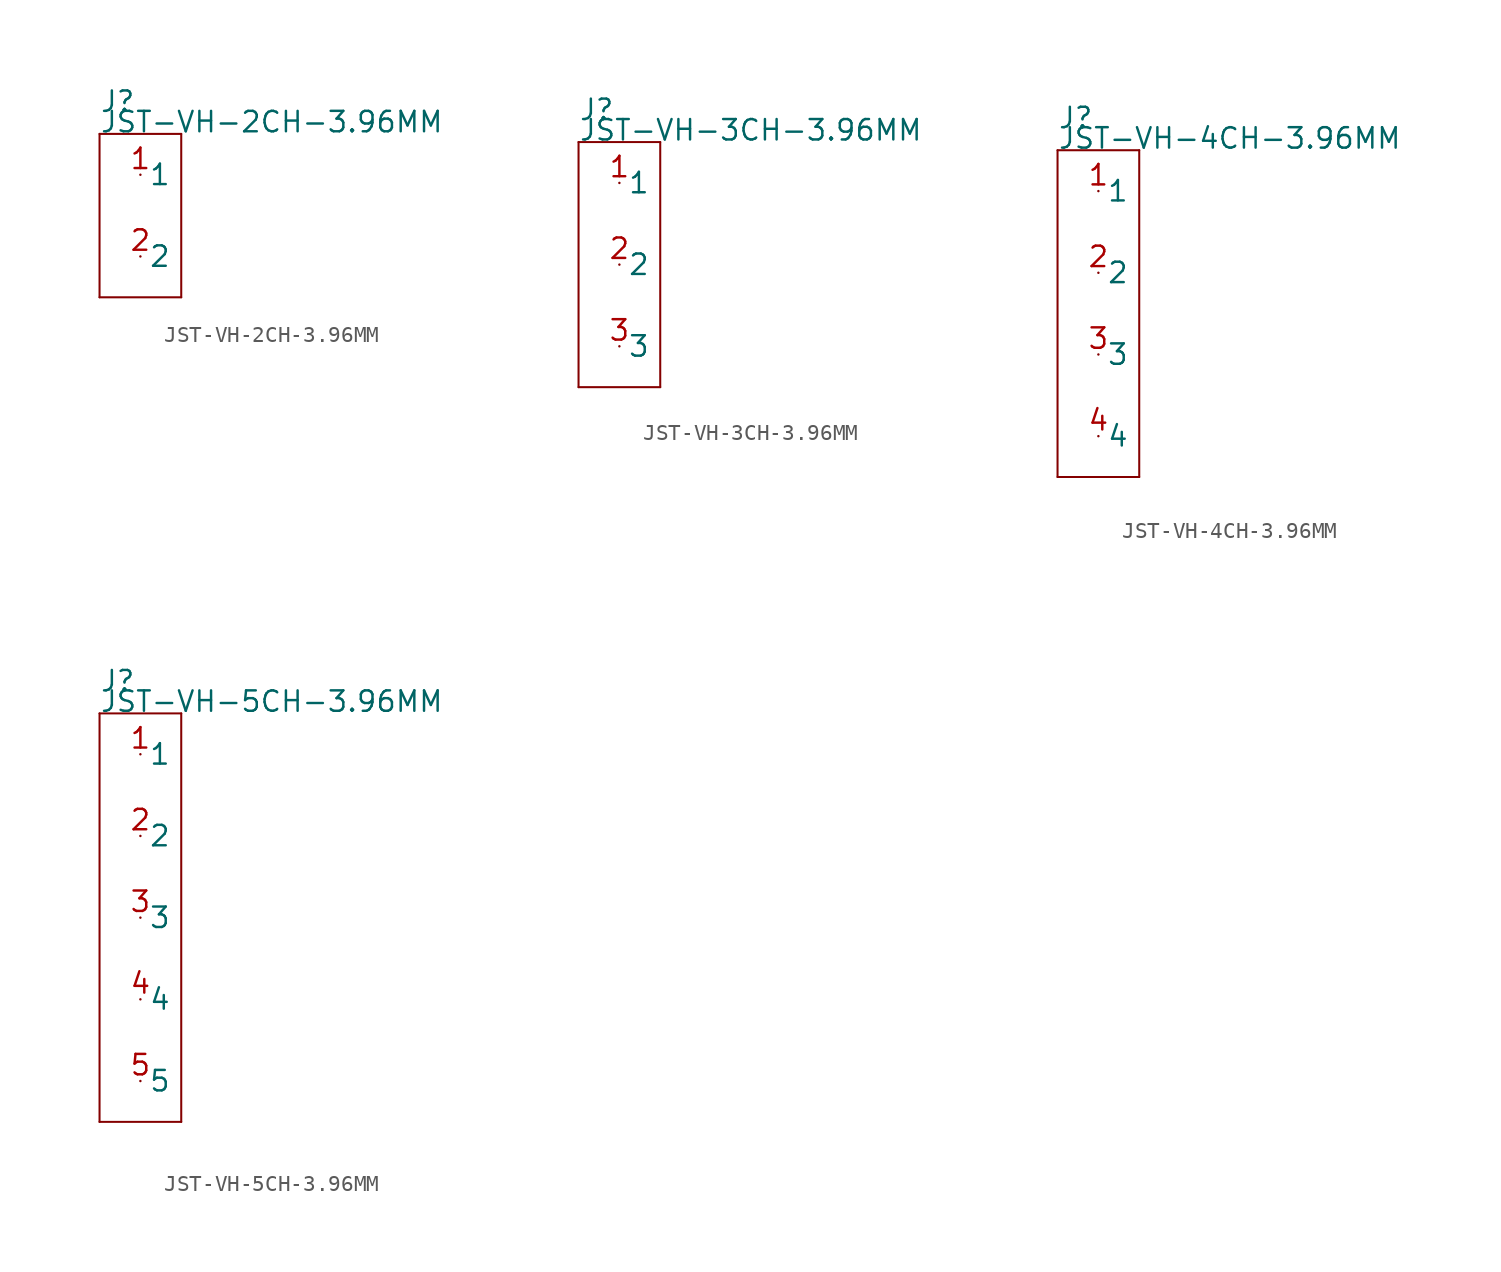
<source format=kicad_sym>
(kicad_symbol_lib
  (version 20211014)
  (generator kicad_symbol_editor)
  (symbol "JST-VH-2CH-3.96MM"
    (pin_names)
    (property "Reference" "J"
      (at -2.54 6.35 0)
      (effects (font (size 1.27 1.27)) (justify left bottom)))
    (property "Value" "JST-VH-2CH-3.96MM"
      (at -2.54 5.08 0)
      (effects (font (size 1.27 1.27)) (justify left bottom)))
    (property "Datasheet" ""
      (at 0 0 0))
    (property "ki_description" " JST 1x2  - Through Hole JST 2POS 3.96MM Technical Specifications: Pitch: 3.96mm "
      (at 0 0 0))
    (property "ki_fp_filters" "FlashPCB_Connectors:JST-B2P-VH-THT-VERT-2CH-3.96MM FlashPCB_Connectors:JST-B2P-VH-THT-VERT-2CH-3.96MM-NOSILK FlashPCB_Connectors:JST-S2PS-VH-THT-RA-2CH-3.96MM FlashPCB_Connectors:JST-S2PS-VH-THT-RA-2CH-3.96MM-NOSILK FlashPCB_Connectors:JST-B2P-VH-THT-VERT-SHRD-2CH-3.96MM-NOSILK FlashPCB_Connectors:JST-B2P-VH-THT-VERT-SHRD-2CH-3.96MM FlashPCB_Connectors:JST-S2PS-VH-THT-RA-STABL-2CH-3.96MM FlashPCB_Connectors:JST-S2PS-VH-THT-RA-STABL-2CH-3.96MM-NOSILK FlashPCB_Connectors:JST-B2P-VH-THT-VERT-2CH-3.96MM-LONG FlashPCB_Connectors:JST-B2P-VH-THT-VERT-2CH-3.96MM-LONG-NOSILK FlashPCB_Connectors:JST-S2PS-VH-THT-RA-2CH-3.96MM-LONG FlashPCB_Connectors:JST-S2PS-VH-THT-RA-2CH-3.96MM-LONG-NOSILK FlashPCB_Connectors:JST-B2P-VH-THT-VERT-SHRD-2CH-3.96MM-LONG-NOSILK FlashPCB_Connectors:JST-B2P-VH-THT-VERT-SHRD-2CH-3.96MM-LONG FlashPCB_Connectors:JST-S2PS-VH-THT-RA-STABL-2CH-3.96MM-LONG FlashPCB_Connectors:JST-S2PS-VH-THT-RA-STABL-2CH-3.96MM-LONG-NOSILK"
      (at 0 0 0))
    (symbol "JST-VH-2CH-3.96MM_1_1"
      (polyline (pts (xy -2.54 5.08) (xy 2.54 5.08)) (stroke (width 0.127)) (fill (type none)))
      (polyline (pts (xy 2.54 5.08) (xy 2.54 -5.08)) (stroke (width 0.127)) (fill (type none)))
      (polyline (pts (xy 2.54 -5.08) (xy -2.54 -5.08)) (stroke (width 0.127)) (fill (type none)))
      (polyline (pts (xy -2.54 -5.08) (xy -2.54 5.08)) (stroke (width 0.127)) (fill (type none)))
      (pin bidirectional line (at 0 2.54 0) (length 0) (name "1" (effects (font (size 1.27 1.27)))) (number "1" (effects (font (size 1.27 1.27)))))
      (pin bidirectional line (at 0 -2.54 0) (length 0) (name "2" (effects (font (size 1.27 1.27)))) (number "2" (effects (font (size 1.27 1.27)))))))
  (symbol "JST-VH-3CH-3.96MM"
    (pin_names)
    (property "Reference" "J"
      (at -2.54 8.89 0)
      (effects (font (size 1.27 1.27)) (justify left bottom)))
    (property "Value" "JST-VH-3CH-3.96MM"
      (at -2.54 7.62 0)
      (effects (font (size 1.27 1.27)) (justify left bottom)))
    (property "Datasheet" ""
      (at 0 0 0))
    (property "ki_description" " JST 1x3  - Through Hole JST 3POS 3.96MM Technical Specifications: Pitch: 3.96mm "
      (at 0 0 0))
    (property "ki_fp_filters" "FlashPCB_Connectors:JST-B3P-VH-THT-VERT-3CH-3.96MM FlashPCB_Connectors:JST-B3P-VH-THT-VERT-3CH-3.96MM-NOSILK FlashPCB_Connectors:JST-S3PS-VH-THT-RA-3CH-3.96MM FlashPCB_Connectors:JST-S3PS-VH-THT-RA-3CH-3.96MM-NOSILK FlashPCB_Connectors:JST-B3P-VH-THT-VERT-SHRD-3CH-3.96MM-NOSILK FlashPCB_Connectors:JST-B3P-VH-THT-VERT-SHRD-3CH-3.96MM FlashPCB_Connectors:JST-S3PS-VH-THT-RA-STABL-3CH-3.96MM FlashPCB_Connectors:JST-S3PS-VH-THT-RA-STABL-3CH-3.96MM-NOSILK FlashPCB_Connectors:JST-B3P-VH-THT-VERT-3CH-3.96MM-LONG FlashPCB_Connectors:JST-B3P-VH-THT-VERT-3CH-3.96MM-LONG-NOSILK FlashPCB_Connectors:JST-S3PS-VH-THT-RA-3CH-3.96MM-LONG FlashPCB_Connectors:JST-S3PS-VH-THT-RA-3CH-3.96MM-LONG-NOSILK FlashPCB_Connectors:JST-B3P-VH-THT-VERT-SHRD-3CH-3.96MM-LONG-NOSILK FlashPCB_Connectors:JST-B3P-VH-THT-VERT-SHRD-3CH-3.96MM-LONG FlashPCB_Connectors:JST-S3PS-VH-THT-RA-STABL-3CH-3.96MM-LONG FlashPCB_Connectors:JST-S3PS-VH-THT-RA-STABL-3CH-3.96MM-LONG-NOSILK"
      (at 0 0 0))
    (symbol "JST-VH-3CH-3.96MM_1_1"
      (polyline (pts (xy -2.54 7.62) (xy 2.54 7.62)) (stroke (width 0.127)) (fill (type none)))
      (polyline (pts (xy 2.54 7.62) (xy 2.54 -7.62)) (stroke (width 0.127)) (fill (type none)))
      (polyline (pts (xy 2.54 -7.62) (xy -2.54 -7.62)) (stroke (width 0.127)) (fill (type none)))
      (polyline (pts (xy -2.54 -7.62) (xy -2.54 7.62)) (stroke (width 0.127)) (fill (type none)))
      (pin bidirectional line (at 0 5.08 0) (length 0) (name "1" (effects (font (size 1.27 1.27)))) (number "1" (effects (font (size 1.27 1.27)))))
      (pin bidirectional line (at 0 0 0) (length 0) (name "2" (effects (font (size 1.27 1.27)))) (number "2" (effects (font (size 1.27 1.27)))))
      (pin bidirectional line (at 0 -5.08 0) (length 0) (name "3" (effects (font (size 1.27 1.27)))) (number "3" (effects (font (size 1.27 1.27)))))))
  (symbol "JST-VH-4CH-3.96MM"
    (pin_names)
    (property "Reference" "J"
      (at -2.54 11.43 0)
      (effects (font (size 1.27 1.27)) (justify left bottom)))
    (property "Value" "JST-VH-4CH-3.96MM"
      (at -2.54 10.16 0)
      (effects (font (size 1.27 1.27)) (justify left bottom)))
    (property "Datasheet" ""
      (at 0 0 0))
    (property "ki_description" " JST 1x4  - Through Hole JST 4POS 3.96MM Technical Specifications: Pitch: 3.96mm "
      (at 0 0 0))
    (property "ki_fp_filters" "FlashPCB_Connectors:JST-B4P-VH-THT-VERT-4CH-3.96MM FlashPCB_Connectors:JST-B4P-VH-THT-VERT-4CH-3.96MM-NOSILK FlashPCB_Connectors:JST-S4PS-VH-THT-RA-4CH-3.96MM FlashPCB_Connectors:JST-S4PS-VH-THT-RA-4CH-3.96MM-NOSILK FlashPCB_Connectors:JST-B4P-VH-THT-VERT-SHRD-4CH-3.96MM-NOSILK FlashPCB_Connectors:JST-B4P-VH-THT-VERT-SHRD-4CH-3.96MM FlashPCB_Connectors:JST-S4PS-VH-THT-RA-STABL-4CH-3.96MM FlashPCB_Connectors:JST-S4PS-VH-THT-RA-STABL-4CH-3.96MM-NOSILK FlashPCB_Connectors:JST-B4P-VH-THT-VERT-4CH-3.96MM-LONG FlashPCB_Connectors:JST-B4P-VH-THT-VERT-4CH-3.96MM-LONG-NOSILK FlashPCB_Connectors:JST-S4PS-VH-THT-RA-4CH-3.96MM-LONG FlashPCB_Connectors:JST-S4PS-VH-THT-RA-4CH-3.96MM-LONG-NOSILK FlashPCB_Connectors:JST-B4P-VH-THT-VERT-SHRD-4CH-3.96MM-LONG-NOSILK FlashPCB_Connectors:JST-B4P-VH-THT-VERT-SHRD-4CH-3.96MM-LONG FlashPCB_Connectors:JST-S4PS-VH-THT-RA-STABL-4CH-3.96MM-LONG FlashPCB_Connectors:JST-S4PS-VH-THT-RA-STABL-4CH-3.96MM-LONG-NOSILK"
      (at 0 0 0))
    (symbol "JST-VH-4CH-3.96MM_1_1"
      (polyline (pts (xy -2.54 10.16) (xy 2.54 10.16)) (stroke (width 0.127)) (fill (type none)))
      (polyline (pts (xy 2.54 10.16) (xy 2.54 -10.16)) (stroke (width 0.127)) (fill (type none)))
      (polyline (pts (xy 2.54 -10.16) (xy -2.54 -10.16)) (stroke (width 0.127)) (fill (type none)))
      (polyline (pts (xy -2.54 -10.16) (xy -2.54 10.16)) (stroke (width 0.127)) (fill (type none)))
      (pin bidirectional line (at 0 7.62 0) (length 0) (name "1" (effects (font (size 1.27 1.27)))) (number "1" (effects (font (size 1.27 1.27)))))
      (pin bidirectional line (at 0 2.54 0) (length 0) (name "2" (effects (font (size 1.27 1.27)))) (number "2" (effects (font (size 1.27 1.27)))))
      (pin bidirectional line (at 0 -2.54 0) (length 0) (name "3" (effects (font (size 1.27 1.27)))) (number "3" (effects (font (size 1.27 1.27)))))
      (pin bidirectional line (at 0 -7.62 0) (length 0) (name "4" (effects (font (size 1.27 1.27)))) (number "4" (effects (font (size 1.27 1.27)))))))
  (symbol "JST-VH-5CH-3.96MM"
    (pin_names)
    (property "Reference" "J"
      (at -2.54 13.97 0)
      (effects (font (size 1.27 1.27)) (justify left bottom)))
    (property "Value" "JST-VH-5CH-3.96MM"
      (at -2.54 12.7 0)
      (effects (font (size 1.27 1.27)) (justify left bottom)))
    (property "Datasheet" ""
      (at 0 0 0))
    (property "ki_description" " JST 1x5  - Through Hole JST 5POS 3.96MM Technical Specifications: Pitch: 3.96mm "
      (at 0 0 0))
    (property "ki_fp_filters" "FlashPCB_Connectors:JST-B5P-VH-THT-VERT-5CH-3.96MM FlashPCB_Connectors:JST-B5P-VH-THT-VERT-5CH-3.96MM-NOSILK FlashPCB_Connectors:JST-S5PS-VH-THT-RA-5CH-3.96MM FlashPCB_Connectors:JST-S5PS-VH-THT-RA-5CH-3.96MM-NOSILK FlashPCB_Connectors:JST-B5P-VH-THT-VERT-SHRD-5CH-3.96MM-NOSILK FlashPCB_Connectors:JST-B5P-VH-THT-VERT-SHRD-5CH-3.96MM FlashPCB_Connectors:JST-S5PS-VH-THT-RA-STABL-5CH-3.96MM FlashPCB_Connectors:JST-S5PS-VH-THT-RA-STABL-5CH-3.96MM-NOSILK FlashPCB_Connectors:JST-B5P-VH-THT-VERT-5CH-3.96MM-LONG FlashPCB_Connectors:JST-B5P-VH-THT-VERT-5CH-3.96MM-LONG-NOSILK FlashPCB_Connectors:JST-S5PS-VH-THT-RA-5CH-3.96MM-LONG FlashPCB_Connectors:JST-S5PS-VH-THT-RA-5CH-3.96MM-LONG-NOSILK FlashPCB_Connectors:JST-B5P-VH-THT-VERT-SHRD-5CH-3.96MM-LONG-NOSILK FlashPCB_Connectors:JST-B5P-VH-THT-VERT-SHRD-5CH-3.96MM-LONG FlashPCB_Connectors:JST-S5PS-VH-THT-RA-STABL-5CH-3.96MM-LONG FlashPCB_Connectors:JST-S5PS-VH-THT-RA-STABL-5CH-3.96MM-LONG-NOSILK"
      (at 0 0 0))
    (symbol "JST-VH-5CH-3.96MM_1_1"
      (polyline (pts (xy -2.54 12.7) (xy 2.54 12.7)) (stroke (width 0.127)) (fill (type none)))
      (polyline (pts (xy 2.54 12.7) (xy 2.54 -12.7)) (stroke (width 0.127)) (fill (type none)))
      (polyline (pts (xy 2.54 -12.7) (xy -2.54 -12.7)) (stroke (width 0.127)) (fill (type none)))
      (polyline (pts (xy -2.54 -12.7) (xy -2.54 12.7)) (stroke (width 0.127)) (fill (type none)))
      (pin bidirectional line (at 0 10.16 0) (length 0) (name "1" (effects (font (size 1.27 1.27)))) (number "1" (effects (font (size 1.27 1.27)))))
      (pin bidirectional line (at 0 5.08 0) (length 0) (name "2" (effects (font (size 1.27 1.27)))) (number "2" (effects (font (size 1.27 1.27)))))
      (pin bidirectional line (at 0 0 0) (length 0) (name "3" (effects (font (size 1.27 1.27)))) (number "3" (effects (font (size 1.27 1.27)))))
      (pin bidirectional line (at 0 -5.08 0) (length 0) (name "4" (effects (font (size 1.27 1.27)))) (number "4" (effects (font (size 1.27 1.27)))))
      (pin bidirectional line (at 0 -10.16 0) (length 0) (name "5" (effects (font (size 1.27 1.27)))) (number "5" (effects (font (size 1.27 1.27))))))))
</source>
